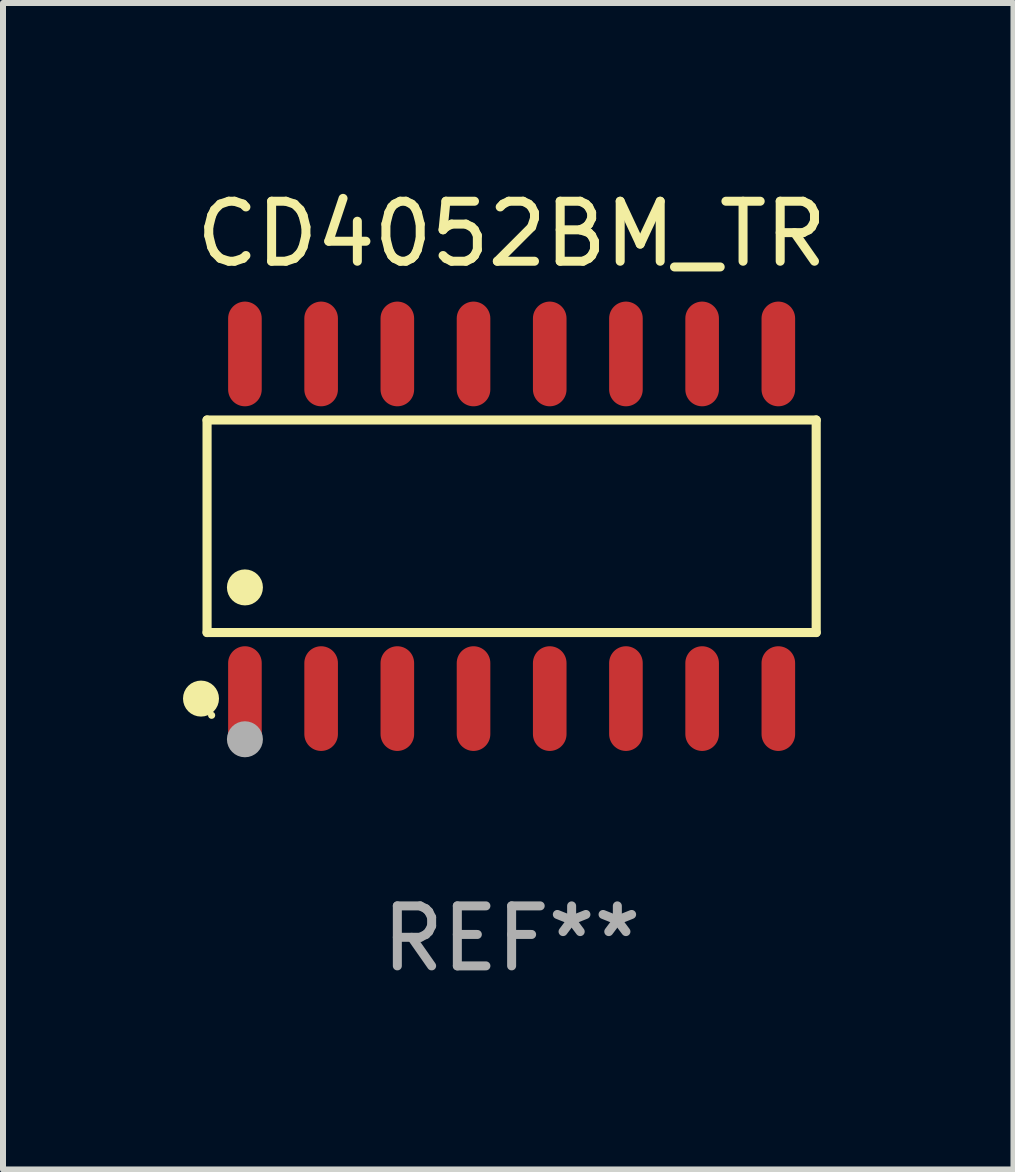
<source format=kicad_pcb>
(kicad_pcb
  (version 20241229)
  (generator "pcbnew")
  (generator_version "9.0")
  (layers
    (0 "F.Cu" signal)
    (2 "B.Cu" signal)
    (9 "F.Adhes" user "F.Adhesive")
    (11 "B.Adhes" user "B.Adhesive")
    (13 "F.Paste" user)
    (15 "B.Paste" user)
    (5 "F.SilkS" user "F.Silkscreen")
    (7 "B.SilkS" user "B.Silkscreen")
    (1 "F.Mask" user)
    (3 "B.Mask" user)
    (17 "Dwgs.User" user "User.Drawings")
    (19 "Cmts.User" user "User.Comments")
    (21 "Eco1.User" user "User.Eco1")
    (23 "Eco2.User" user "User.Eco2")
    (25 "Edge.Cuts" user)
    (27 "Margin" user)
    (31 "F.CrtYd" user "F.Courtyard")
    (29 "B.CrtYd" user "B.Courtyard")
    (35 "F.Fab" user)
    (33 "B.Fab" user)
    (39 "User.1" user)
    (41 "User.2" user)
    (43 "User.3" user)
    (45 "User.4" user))
  (footprint "CD4052BM_TR"
    (layer "F.Cu")
    (at 5.477 5.721)
    (property "Reference" "CD4052BM_TR" (at 0 -4.872 0) (layer "F.SilkS") (effects (font (size 1 1) (thickness 0.15))))
    (attr through_hole)
    (fp_line (start -5.076 -1.771) (end 5.076 -1.771) (stroke (width 0.152) (type solid)) (layer "F.SilkS"))
    (fp_line (start -5.076 1.771) (end -5.076 -1.771) (stroke (width 0.152) (type solid)) (layer "F.SilkS"))
    (fp_line (start 5.076 -1.771) (end 5.076 1.771) (stroke (width 0.152) (type solid)) (layer "F.SilkS"))
    (fp_line (start 5.076 1.771) (end -5.076 1.771) (stroke (width 0.152) (type solid)) (layer "F.SilkS"))
    (fp_circle (center -5.177 2.872) (end -5.027 2.872) (stroke (width 0.3) (type solid)) (fill no) (layer "F.SilkS"))
    (fp_circle (center -5 3.15) (end -4.97 3.15) (stroke (width 0.06) (type solid)) (fill no) (layer "F.SilkS"))
    (fp_circle (center -4.445 1.019) (end -4.295 1.019) (stroke (width 0.3) (type solid)) (fill no) (layer "F.SilkS"))
    (fp_circle (center -4.445 3.55) (end -4.295 3.55) (stroke (width 0.3) (type solid)) (fill no) (layer "F.Fab"))
    (fp_text user "REF**" (at 0 6.872 0) (layer "F.Fab") (effects (font (size 1 1) (thickness 0.15))))
    (pad "1" smd oval (at -4.445 2.872) (size 0.56 1.745) (layers "F.Cu" "F.Mask" "F.Paste"))
    (pad "2" smd oval (at -3.175 2.872) (size 0.56 1.745) (layers "F.Cu" "F.Mask" "F.Paste"))
    (pad "3" smd oval (at -1.905 2.872) (size 0.56 1.745) (layers "F.Cu" "F.Mask" "F.Paste"))
    (pad "4" smd oval (at -0.635 2.872) (size 0.56 1.745) (layers "F.Cu" "F.Mask" "F.Paste"))
    (pad "5" smd oval (at 0.635 2.872) (size 0.56 1.745) (layers "F.Cu" "F.Mask" "F.Paste"))
    (pad "6" smd oval (at 1.905 2.872) (size 0.56 1.745) (layers "F.Cu" "F.Mask" "F.Paste"))
    (pad "7" smd oval (at 3.175 2.872) (size 0.56 1.745) (layers "F.Cu" "F.Mask" "F.Paste"))
    (pad "8" smd oval (at 4.445 2.872) (size 0.56 1.745) (layers "F.Cu" "F.Mask" "F.Paste"))
    (pad "9" smd oval (at 4.445 -2.872) (size 0.56 1.745) (layers "F.Cu" "F.Mask" "F.Paste"))
    (pad "10" smd oval (at 3.175 -2.872) (size 0.56 1.745) (layers "F.Cu" "F.Mask" "F.Paste"))
    (pad "11" smd oval (at 1.905 -2.872) (size 0.56 1.745) (layers "F.Cu" "F.Mask" "F.Paste"))
    (pad "12" smd oval (at 0.635 -2.872) (size 0.56 1.745) (layers "F.Cu" "F.Mask" "F.Paste"))
    (pad "13" smd oval (at -0.635 -2.872) (size 0.56 1.745) (layers "F.Cu" "F.Mask" "F.Paste"))
    (pad "14" smd oval (at -1.905 -2.872) (size 0.56 1.745) (layers "F.Cu" "F.Mask" "F.Paste"))
    (pad "15" smd oval (at -3.175 -2.872) (size 0.56 1.745) (layers "F.Cu" "F.Mask" "F.Paste"))
    (pad "16" smd oval (at -4.445 -2.872) (size 0.56 1.745) (layers "F.Cu" "F.Mask" "F.Paste")))
  (gr_rect
    (start -3 -3)
    (end 13.841 16.441)
    (stroke (width 0.1) (type default))
    (fill no)
    (layer "Edge.Cuts")))
</source>
